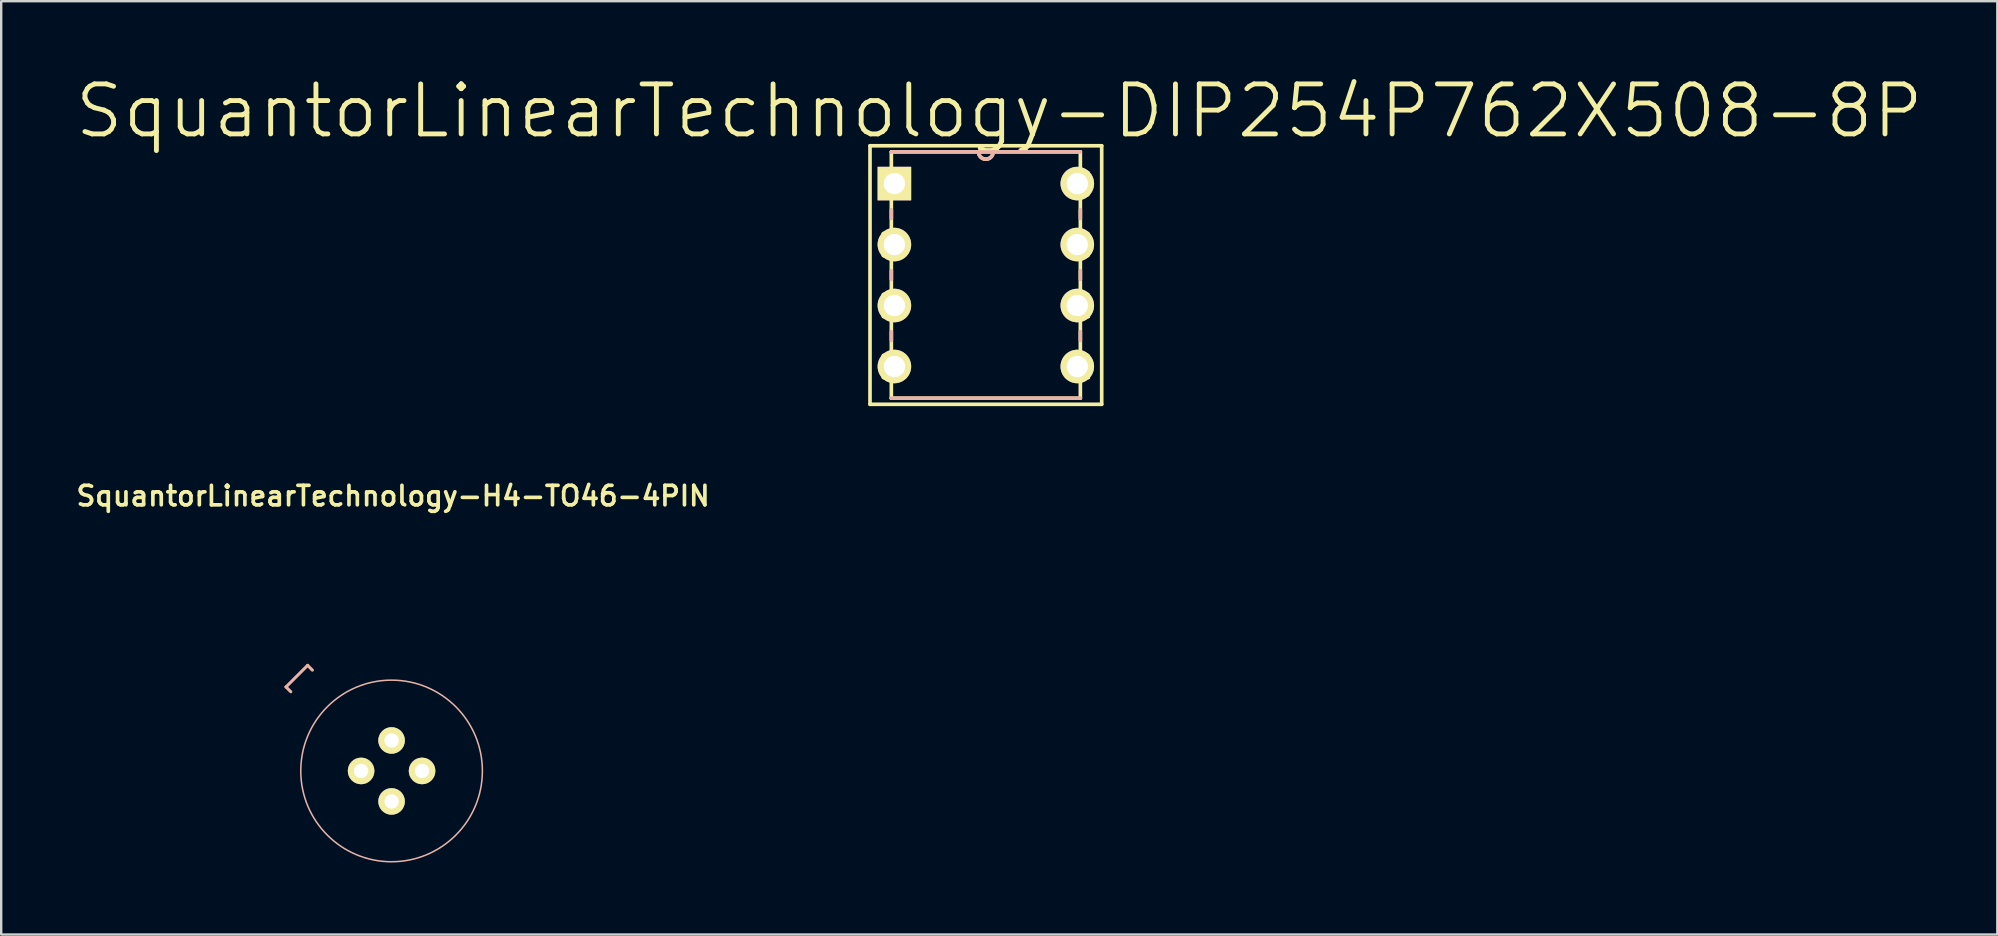
<source format=kicad_pcb>
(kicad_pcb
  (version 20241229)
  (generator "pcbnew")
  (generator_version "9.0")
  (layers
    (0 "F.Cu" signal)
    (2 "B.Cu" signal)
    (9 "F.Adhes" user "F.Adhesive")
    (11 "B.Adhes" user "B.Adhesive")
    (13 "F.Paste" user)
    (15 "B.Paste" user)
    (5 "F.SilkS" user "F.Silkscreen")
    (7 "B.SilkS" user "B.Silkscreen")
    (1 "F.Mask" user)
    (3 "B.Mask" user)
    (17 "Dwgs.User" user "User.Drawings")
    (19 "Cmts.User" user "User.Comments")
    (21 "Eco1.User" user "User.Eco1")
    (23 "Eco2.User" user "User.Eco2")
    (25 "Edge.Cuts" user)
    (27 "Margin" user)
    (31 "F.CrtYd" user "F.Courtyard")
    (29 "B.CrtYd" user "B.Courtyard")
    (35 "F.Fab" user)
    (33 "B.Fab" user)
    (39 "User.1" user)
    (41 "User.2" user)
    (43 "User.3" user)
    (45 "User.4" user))
  (footprint "SquantorLinearTechnology-H4-TO46-4PIN"
    (layer "F.Cu")
    (at 13.263 29.067)
    (property "Reference" "SquantorLinearTechnology-H4-TO46-4PIN" (at 0.064 -11.455 0) (layer "F.SilkS") (effects (font (size 0.813 0.813) (thickness 0.152))))
    (attr exclude_from_pos_files exclude_from_bom)
    (fp_line (start -4.399 -3.498) (end -3.498 -4.399) (stroke (width 0.127) (type solid)) (layer "B.SilkS"))
    (fp_line (start -4.199 -3.299) (end -4.399 -3.498) (stroke (width 0.127) (type solid)) (layer "B.SilkS"))
    (fp_line (start -3.498 -4.399) (end -3.299 -4.199) (stroke (width 0.127) (type solid)) (layer "B.SilkS"))
    (fp_circle (center 0 0) (end -2.675 2.675) (stroke (width 0.064) (type solid)) (fill no) (layer "B.SilkS"))
    (pad "1" thru_hole circle (at -1.27 0) (size 1.107 1.107) (drill 0.599) (layers "*.Cu" "F.Mask" "F.SilkS" "F.Paste"))
    (pad "2" thru_hole circle (at 0 1.27) (size 1.107 1.107) (drill 0.599) (layers "*.Cu" "F.Mask" "F.SilkS" "F.Paste"))
    (pad "3" thru_hole circle (at 1.27 0) (size 1.107 1.107) (drill 0.599) (layers "*.Cu" "F.Mask" "F.SilkS" "F.Paste"))
    (pad "4" thru_hole circle (at 0 -1.27) (size 1.107 1.107) (drill 0.599) (layers "*.Cu" "F.Mask" "F.SilkS" "F.Paste")))
  (footprint "SquantorLinearTechnology-DIP254P762X508-8P"
    (layer "F.Cu")
    (at 41.83 12.218)
    (property "Reference" "SquantorLinearTechnology-DIP254P762X508-8P" (at -3.251 -10.643 0) (layer "F.SilkS") (effects (font (size 2.083 2.083) (thickness 0.203))))
    (attr exclude_from_pos_files exclude_from_bom)
    (fp_line (start -8.636 -9.195) (end 1.016 -9.195) (stroke (width 0.152) (type solid)) (layer "F.SilkS"))
    (fp_line (start -8.636 1.575) (end -8.636 -9.195) (stroke (width 0.152) (type solid)) (layer "F.SilkS"))
    (fp_line (start -8.636 1.575) (end 1.016 1.575) (stroke (width 0.152) (type solid)) (layer "F.SilkS"))
    (fp_line (start -8.077 -8.077) (end -8.077 -7.16) (stroke (width 0.152) (type solid)) (layer "F.SilkS"))
    (fp_line (start -8.077 -7.16) (end -7.747 -7.16) (stroke (width 0.152) (type solid)) (layer "F.SilkS"))
    (fp_line (start -8.077 -5.537) (end -8.077 -4.623) (stroke (width 0.152) (type solid)) (layer "F.SilkS"))
    (fp_line (start -8.077 -4.623) (end -7.747 -4.623) (stroke (width 0.152) (type solid)) (layer "F.SilkS"))
    (fp_line (start -8.077 -2.997) (end -8.077 -2.083) (stroke (width 0.152) (type solid)) (layer "F.SilkS"))
    (fp_line (start -8.077 -2.083) (end -7.747 -2.083) (stroke (width 0.152) (type solid)) (layer "F.SilkS"))
    (fp_line (start -8.077 -0.457) (end -8.077 0.457) (stroke (width 0.152) (type solid)) (layer "F.SilkS"))
    (fp_line (start -8.077 0.457) (end -7.747 0.457) (stroke (width 0.152) (type solid)) (layer "F.SilkS"))
    (fp_line (start -7.747 -8.941) (end -7.747 1.321) (stroke (width 0.152) (type solid)) (layer "F.SilkS"))
    (fp_line (start -7.747 -8.077) (end -8.077 -8.077) (stroke (width 0.152) (type solid)) (layer "F.SilkS"))
    (fp_line (start -7.747 -7.16) (end -7.747 -8.077) (stroke (width 0.152) (type solid)) (layer "F.SilkS"))
    (fp_line (start -7.747 -5.537) (end -8.077 -5.537) (stroke (width 0.152) (type solid)) (layer "F.SilkS"))
    (fp_line (start -7.747 -4.623) (end -7.747 -5.537) (stroke (width 0.152) (type solid)) (layer "F.SilkS"))
    (fp_line (start -7.747 -2.997) (end -8.077 -2.997) (stroke (width 0.152) (type solid)) (layer "F.SilkS"))
    (fp_line (start -7.747 -2.083) (end -7.747 -2.997) (stroke (width 0.152) (type solid)) (layer "F.SilkS"))
    (fp_line (start -7.747 -0.457) (end -8.077 -0.457) (stroke (width 0.152) (type solid)) (layer "F.SilkS"))
    (fp_line (start -7.747 0.457) (end -7.747 -0.457) (stroke (width 0.152) (type solid)) (layer "F.SilkS"))
    (fp_line (start -7.747 1.321) (end 0.127 1.321) (stroke (width 0.152) (type solid)) (layer "F.SilkS"))
    (fp_line (start -4.115 -8.941) (end -7.747 -8.941) (stroke (width 0.152) (type solid)) (layer "F.SilkS"))
    (fp_line (start -3.505 -8.941) (end -4.115 -8.941) (stroke (width 0.152) (type solid)) (layer "F.SilkS"))
    (fp_line (start 0.127 -8.941) (end -3.505 -8.941) (stroke (width 0.152) (type solid)) (layer "F.SilkS"))
    (fp_line (start 0.127 -8.077) (end 0.127 -7.16) (stroke (width 0.152) (type solid)) (layer "F.SilkS"))
    (fp_line (start 0.127 -7.16) (end 0.432 -7.16) (stroke (width 0.152) (type solid)) (layer "F.SilkS"))
    (fp_line (start 0.127 -5.537) (end 0.127 -4.623) (stroke (width 0.152) (type solid)) (layer "F.SilkS"))
    (fp_line (start 0.127 -4.623) (end 0.432 -4.623) (stroke (width 0.152) (type solid)) (layer "F.SilkS"))
    (fp_line (start 0.127 -2.997) (end 0.127 -2.083) (stroke (width 0.152) (type solid)) (layer "F.SilkS"))
    (fp_line (start 0.127 -2.083) (end 0.457 -2.083) (stroke (width 0.152) (type solid)) (layer "F.SilkS"))
    (fp_line (start 0.127 -0.457) (end 0.127 0.457) (stroke (width 0.152) (type solid)) (layer "F.SilkS"))
    (fp_line (start 0.127 0.457) (end 0.457 0.457) (stroke (width 0.152) (type solid)) (layer "F.SilkS"))
    (fp_line (start 0.127 1.321) (end 0.127 -8.941) (stroke (width 0.152) (type solid)) (layer "F.SilkS"))
    (fp_line (start 0.432 -8.077) (end 0.127 -8.077) (stroke (width 0.152) (type solid)) (layer "F.SilkS"))
    (fp_line (start 0.432 -7.16) (end 0.432 -8.077) (stroke (width 0.152) (type solid)) (layer "F.SilkS"))
    (fp_line (start 0.432 -5.537) (end 0.127 -5.537) (stroke (width 0.152) (type solid)) (layer "F.SilkS"))
    (fp_line (start 0.432 -4.623) (end 0.432 -5.537) (stroke (width 0.152) (type solid)) (layer "F.SilkS"))
    (fp_line (start 0.432 -2.997) (end 0.127 -2.997) (stroke (width 0.152) (type solid)) (layer "F.SilkS"))
    (fp_line (start 0.432 -0.457) (end 0.127 -0.457) (stroke (width 0.152) (type solid)) (layer "F.SilkS"))
    (fp_line (start 0.457 -2.083) (end 0.432 -2.997) (stroke (width 0.152) (type solid)) (layer "F.SilkS"))
    (fp_line (start 0.457 0.457) (end 0.432 -0.457) (stroke (width 0.152) (type solid)) (layer "F.SilkS"))
    (fp_line (start 1.016 -9.195) (end 1.016 1.575) (stroke (width 0.152) (type solid)) (layer "F.SilkS"))
    (fp_arc (start -3.5052 -8.9408) (mid -3.81 -8.636) (end -4.1148 -8.9408) (stroke (width 0.1524) (type solid)) (layer "F.SilkS"))
    (fp_line (start -7.747 -6.528) (end -7.747 -6.172) (stroke (width 0.152) (type solid)) (layer "B.SilkS"))
    (fp_line (start -7.747 -3.988) (end -7.747 -3.63) (stroke (width 0.152) (type solid)) (layer "B.SilkS"))
    (fp_line (start -7.747 -1.448) (end -7.747 -1.09) (stroke (width 0.152) (type solid)) (layer "B.SilkS"))
    (fp_line (start -7.747 1.321) (end 0.127 1.321) (stroke (width 0.152) (type solid)) (layer "B.SilkS"))
    (fp_line (start -4.115 -8.941) (end -7.747 -8.941) (stroke (width 0.152) (type solid)) (layer "B.SilkS"))
    (fp_line (start -3.505 -8.941) (end -4.115 -8.941) (stroke (width 0.152) (type solid)) (layer "B.SilkS"))
    (fp_line (start 0.127 -8.941) (end -3.505 -8.941) (stroke (width 0.152) (type solid)) (layer "B.SilkS"))
    (fp_line (start 0.127 -6.172) (end 0.127 -6.528) (stroke (width 0.152) (type solid)) (layer "B.SilkS"))
    (fp_line (start 0.127 -3.63) (end 0.127 -3.988) (stroke (width 0.152) (type solid)) (layer "B.SilkS"))
    (fp_line (start 0.127 -1.09) (end 0.127 -1.448) (stroke (width 0.152) (type solid)) (layer "B.SilkS"))
    (fp_arc (start -3.5052 -8.9408) (mid -3.81 -8.636) (end -4.1148 -8.9408) (stroke (width 0.1524) (type solid)) (layer "B.SilkS"))
    (pad "1" thru_hole rect (at -7.62 -7.62) (size 1.397 1.397) (drill 0.889) (layers "*.Cu" "F.Mask" "F.SilkS" "F.Paste"))
    (pad "2" thru_hole circle (at -7.62 -5.08) (size 1.397 1.397) (drill 0.889) (layers "*.Cu" "F.Mask" "F.SilkS" "F.Paste"))
    (pad "3" thru_hole circle (at -7.62 -2.54) (size 1.397 1.397) (drill 0.889) (layers "*.Cu" "F.Mask" "F.SilkS" "F.Paste"))
    (pad "4" thru_hole circle (at -7.62 0) (size 1.397 1.397) (drill 0.889) (layers "*.Cu" "F.Mask" "F.SilkS" "F.Paste"))
    (pad "5" thru_hole circle (at 0 0) (size 1.397 1.397) (drill 0.889) (layers "*.Cu" "F.Mask" "F.SilkS" "F.Paste"))
    (pad "6" thru_hole circle (at 0 -2.54) (size 1.397 1.397) (drill 0.889) (layers "*.Cu" "F.Mask" "F.SilkS" "F.Paste"))
    (pad "7" thru_hole circle (at 0 -5.08) (size 1.397 1.397) (drill 0.889) (layers "*.Cu" "F.Mask" "F.SilkS" "F.Paste"))
    (pad "8" thru_hole circle (at 0 -7.62) (size 1.397 1.397) (drill 0.889) (layers "*.Cu" "F.Mask" "F.SilkS" "F.Paste")))
  (gr_rect
    (start -3 -3)
    (end 80.157 35.881)
    (stroke (width 0.1) (type default))
    (fill no)
    (layer "Edge.Cuts")))
</source>
